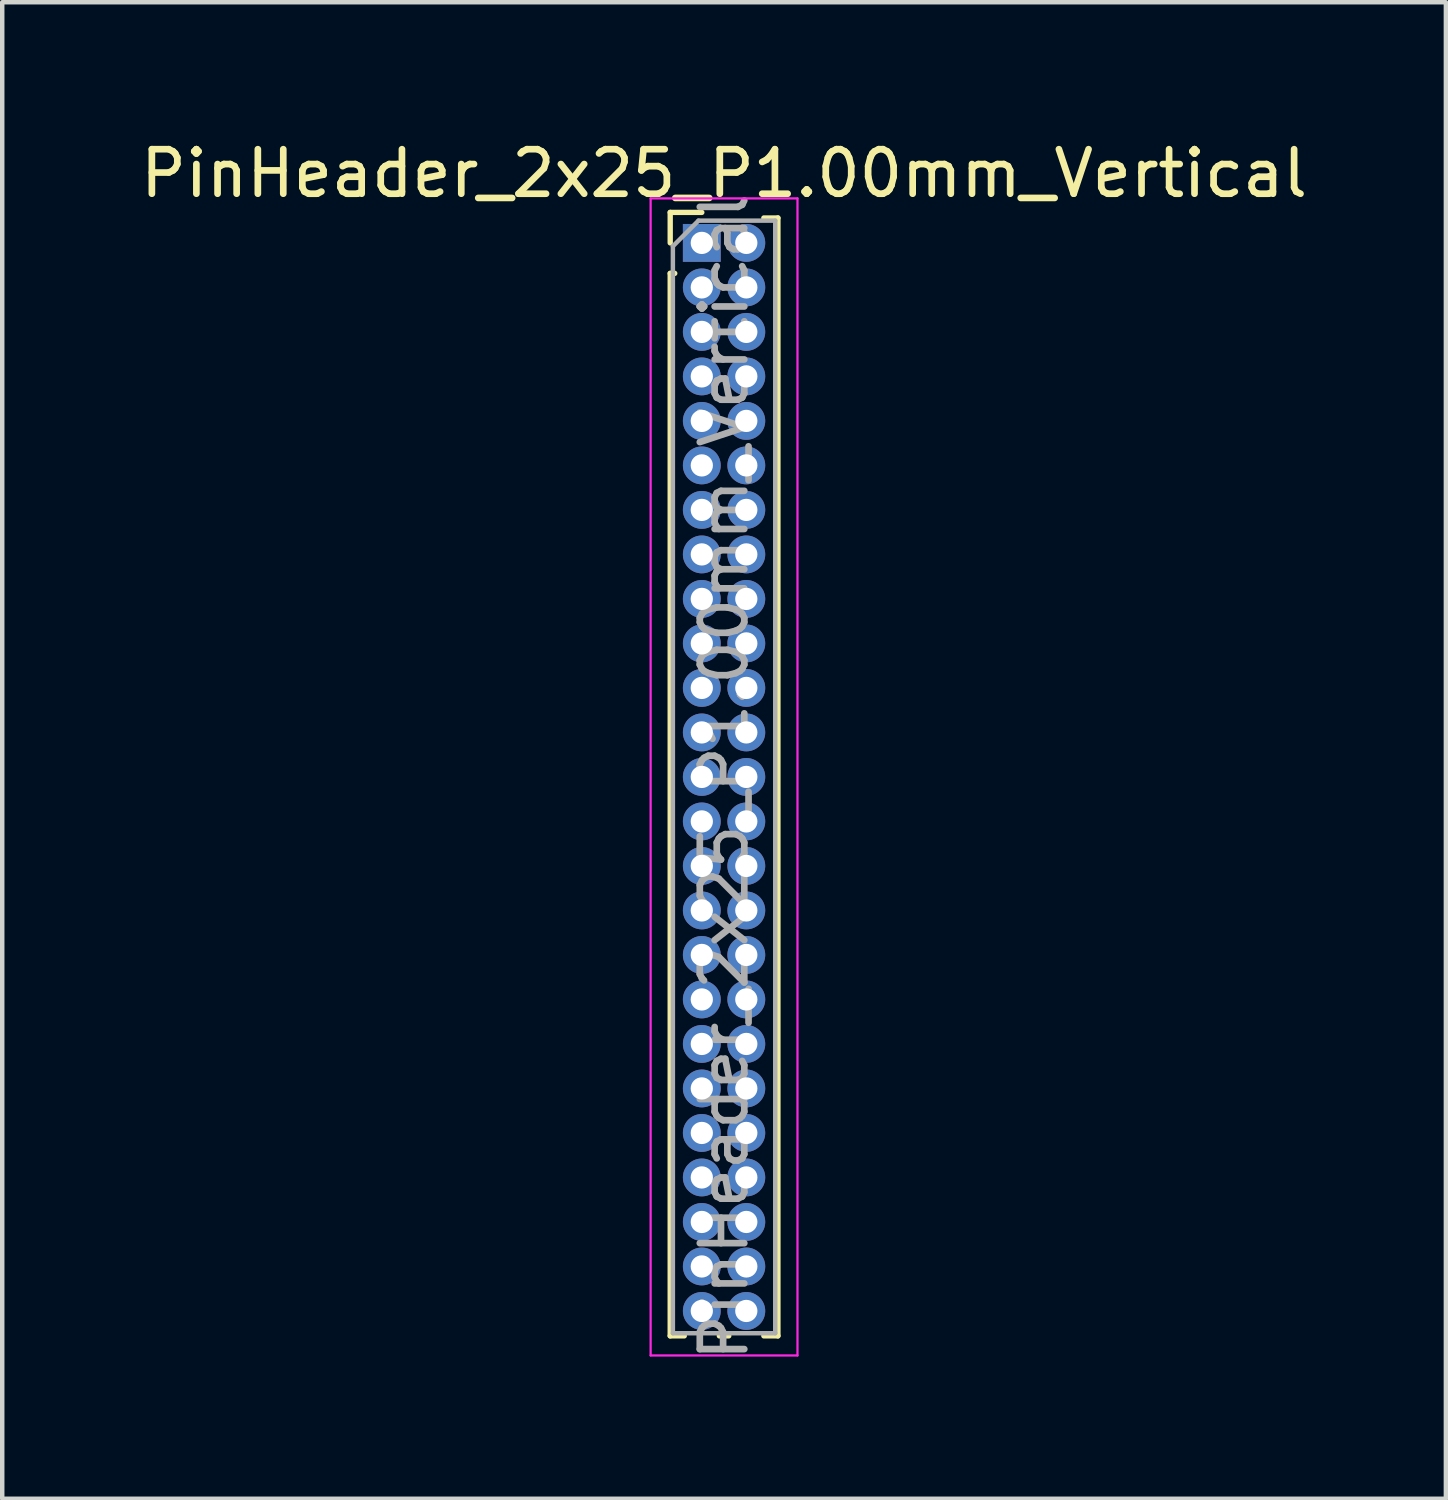
<source format=kicad_pcb>
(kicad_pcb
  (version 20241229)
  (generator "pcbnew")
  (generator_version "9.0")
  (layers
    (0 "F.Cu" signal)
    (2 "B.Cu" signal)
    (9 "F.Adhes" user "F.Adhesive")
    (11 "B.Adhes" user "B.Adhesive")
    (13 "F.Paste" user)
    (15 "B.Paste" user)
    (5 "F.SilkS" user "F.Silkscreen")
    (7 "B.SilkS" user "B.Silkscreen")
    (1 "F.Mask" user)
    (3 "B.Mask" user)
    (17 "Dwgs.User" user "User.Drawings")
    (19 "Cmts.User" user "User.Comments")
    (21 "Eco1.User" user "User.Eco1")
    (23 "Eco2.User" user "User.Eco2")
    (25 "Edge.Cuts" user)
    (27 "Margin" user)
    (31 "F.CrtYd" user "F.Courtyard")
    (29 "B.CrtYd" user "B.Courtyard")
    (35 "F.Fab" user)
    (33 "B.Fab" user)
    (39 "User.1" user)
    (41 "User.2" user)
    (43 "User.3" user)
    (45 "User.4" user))
  (footprint "PinHeader_2x25_P1.00mm_Vertical"
    (layer "F.Cu")
    (at 12.72 2.408)
    (property "Reference" "PinHeader_2x25_P1.00mm_Vertical" (at 0.5 -1.56 0) (layer "F.SilkS") (effects (font (size 1 1) (thickness 0.15))))
    (attr through_hole)
    (fp_line (start -0.71 -0.685) (end 0 -0.685) (stroke (width 0.12) (type solid)) (layer "F.SilkS"))
    (fp_line (start -0.71 0) (end -0.71 -0.685) (stroke (width 0.12) (type solid)) (layer "F.SilkS"))
    (fp_line (start -0.71 0.685) (end -0.71 24.56) (stroke (width 0.12) (type solid)) (layer "F.SilkS"))
    (fp_line (start -0.71 0.685) (end -0.608 0.685) (stroke (width 0.12) (type solid)) (layer "F.SilkS"))
    (fp_line (start -0.71 24.56) (end -0.394 24.56) (stroke (width 0.12) (type solid)) (layer "F.SilkS"))
    (fp_line (start 0.394 24.56) (end 0.606 24.56) (stroke (width 0.12) (type solid)) (layer "F.SilkS"))
    (fp_line (start 1.394 -0.56) (end 1.71 -0.56) (stroke (width 0.12) (type solid)) (layer "F.SilkS"))
    (fp_line (start 1.394 24.56) (end 1.71 24.56) (stroke (width 0.12) (type solid)) (layer "F.SilkS"))
    (fp_line (start 1.71 -0.56) (end 1.71 24.56) (stroke (width 0.12) (type solid)) (layer "F.SilkS"))
    (fp_line (start -1.15 -1) (end -1.15 25) (stroke (width 0.05) (type solid)) (layer "F.CrtYd"))
    (fp_line (start -1.15 25) (end 2.15 25) (stroke (width 0.05) (type solid)) (layer "F.CrtYd"))
    (fp_line (start 2.15 -1) (end -1.15 -1) (stroke (width 0.05) (type solid)) (layer "F.CrtYd"))
    (fp_line (start 2.15 25) (end 2.15 -1) (stroke (width 0.05) (type solid)) (layer "F.CrtYd"))
    (fp_line (start -0.65 0.075) (end -0.075 -0.5) (stroke (width 0.1) (type solid)) (layer "F.Fab"))
    (fp_line (start -0.65 24.5) (end -0.65 0.075) (stroke (width 0.1) (type solid)) (layer "F.Fab"))
    (fp_line (start -0.075 -0.5) (end 1.65 -0.5) (stroke (width 0.1) (type solid)) (layer "F.Fab"))
    (fp_line (start 1.65 -0.5) (end 1.65 24.5) (stroke (width 0.1) (type solid)) (layer "F.Fab"))
    (fp_line (start 1.65 24.5) (end -0.65 24.5) (stroke (width 0.1) (type solid)) (layer "F.Fab"))
    (fp_text user "${REFERENCE}" (at 0.5 12 90) (layer "F.Fab") (effects (font (size 1 1) (thickness 0.15))))
    (pad "1" thru_hole rect (at 0 0) (size 0.85 0.85) (drill 0.5) (layers "*.Cu" "*.Mask"))
    (pad "2" thru_hole oval (at 1 0) (size 0.85 0.85) (drill 0.5) (layers "*.Cu" "*.Mask"))
    (pad "3" thru_hole oval (at 0 1) (size 0.85 0.85) (drill 0.5) (layers "*.Cu" "*.Mask"))
    (pad "4" thru_hole oval (at 1 1) (size 0.85 0.85) (drill 0.5) (layers "*.Cu" "*.Mask"))
    (pad "5" thru_hole oval (at 0 2) (size 0.85 0.85) (drill 0.5) (layers "*.Cu" "*.Mask"))
    (pad "6" thru_hole oval (at 1 2) (size 0.85 0.85) (drill 0.5) (layers "*.Cu" "*.Mask"))
    (pad "7" thru_hole oval (at 0 3) (size 0.85 0.85) (drill 0.5) (layers "*.Cu" "*.Mask"))
    (pad "8" thru_hole oval (at 1 3) (size 0.85 0.85) (drill 0.5) (layers "*.Cu" "*.Mask"))
    (pad "9" thru_hole oval (at 0 4) (size 0.85 0.85) (drill 0.5) (layers "*.Cu" "*.Mask"))
    (pad "10" thru_hole oval (at 1 4) (size 0.85 0.85) (drill 0.5) (layers "*.Cu" "*.Mask"))
    (pad "11" thru_hole oval (at 0 5) (size 0.85 0.85) (drill 0.5) (layers "*.Cu" "*.Mask"))
    (pad "12" thru_hole oval (at 1 5) (size 0.85 0.85) (drill 0.5) (layers "*.Cu" "*.Mask"))
    (pad "13" thru_hole oval (at 0 6) (size 0.85 0.85) (drill 0.5) (layers "*.Cu" "*.Mask"))
    (pad "14" thru_hole oval (at 1 6) (size 0.85 0.85) (drill 0.5) (layers "*.Cu" "*.Mask"))
    (pad "15" thru_hole oval (at 0 7) (size 0.85 0.85) (drill 0.5) (layers "*.Cu" "*.Mask"))
    (pad "16" thru_hole oval (at 1 7) (size 0.85 0.85) (drill 0.5) (layers "*.Cu" "*.Mask"))
    (pad "17" thru_hole oval (at 0 8) (size 0.85 0.85) (drill 0.5) (layers "*.Cu" "*.Mask"))
    (pad "18" thru_hole oval (at 1 8) (size 0.85 0.85) (drill 0.5) (layers "*.Cu" "*.Mask"))
    (pad "19" thru_hole oval (at 0 9) (size 0.85 0.85) (drill 0.5) (layers "*.Cu" "*.Mask"))
    (pad "20" thru_hole oval (at 1 9) (size 0.85 0.85) (drill 0.5) (layers "*.Cu" "*.Mask"))
    (pad "21" thru_hole oval (at 0 10) (size 0.85 0.85) (drill 0.5) (layers "*.Cu" "*.Mask"))
    (pad "22" thru_hole oval (at 1 10) (size 0.85 0.85) (drill 0.5) (layers "*.Cu" "*.Mask"))
    (pad "23" thru_hole oval (at 0 11) (size 0.85 0.85) (drill 0.5) (layers "*.Cu" "*.Mask"))
    (pad "24" thru_hole oval (at 1 11) (size 0.85 0.85) (drill 0.5) (layers "*.Cu" "*.Mask"))
    (pad "25" thru_hole oval (at 0 12) (size 0.85 0.85) (drill 0.5) (layers "*.Cu" "*.Mask"))
    (pad "26" thru_hole oval (at 1 12) (size 0.85 0.85) (drill 0.5) (layers "*.Cu" "*.Mask"))
    (pad "27" thru_hole oval (at 0 13) (size 0.85 0.85) (drill 0.5) (layers "*.Cu" "*.Mask"))
    (pad "28" thru_hole oval (at 1 13) (size 0.85 0.85) (drill 0.5) (layers "*.Cu" "*.Mask"))
    (pad "29" thru_hole oval (at 0 14) (size 0.85 0.85) (drill 0.5) (layers "*.Cu" "*.Mask"))
    (pad "30" thru_hole oval (at 1 14) (size 0.85 0.85) (drill 0.5) (layers "*.Cu" "*.Mask"))
    (pad "31" thru_hole oval (at 0 15) (size 0.85 0.85) (drill 0.5) (layers "*.Cu" "*.Mask"))
    (pad "32" thru_hole oval (at 1 15) (size 0.85 0.85) (drill 0.5) (layers "*.Cu" "*.Mask"))
    (pad "33" thru_hole oval (at 0 16) (size 0.85 0.85) (drill 0.5) (layers "*.Cu" "*.Mask"))
    (pad "34" thru_hole oval (at 1 16) (size 0.85 0.85) (drill 0.5) (layers "*.Cu" "*.Mask"))
    (pad "35" thru_hole oval (at 0 17) (size 0.85 0.85) (drill 0.5) (layers "*.Cu" "*.Mask"))
    (pad "36" thru_hole oval (at 1 17) (size 0.85 0.85) (drill 0.5) (layers "*.Cu" "*.Mask"))
    (pad "37" thru_hole oval (at 0 18) (size 0.85 0.85) (drill 0.5) (layers "*.Cu" "*.Mask"))
    (pad "38" thru_hole oval (at 1 18) (size 0.85 0.85) (drill 0.5) (layers "*.Cu" "*.Mask"))
    (pad "39" thru_hole oval (at 0 19) (size 0.85 0.85) (drill 0.5) (layers "*.Cu" "*.Mask"))
    (pad "40" thru_hole oval (at 1 19) (size 0.85 0.85) (drill 0.5) (layers "*.Cu" "*.Mask"))
    (pad "41" thru_hole oval (at 0 20) (size 0.85 0.85) (drill 0.5) (layers "*.Cu" "*.Mask"))
    (pad "42" thru_hole oval (at 1 20) (size 0.85 0.85) (drill 0.5) (layers "*.Cu" "*.Mask"))
    (pad "43" thru_hole oval (at 0 21) (size 0.85 0.85) (drill 0.5) (layers "*.Cu" "*.Mask"))
    (pad "44" thru_hole oval (at 1 21) (size 0.85 0.85) (drill 0.5) (layers "*.Cu" "*.Mask"))
    (pad "45" thru_hole oval (at 0 22) (size 0.85 0.85) (drill 0.5) (layers "*.Cu" "*.Mask"))
    (pad "46" thru_hole oval (at 1 22) (size 0.85 0.85) (drill 0.5) (layers "*.Cu" "*.Mask"))
    (pad "47" thru_hole oval (at 0 23) (size 0.85 0.85) (drill 0.5) (layers "*.Cu" "*.Mask"))
    (pad "48" thru_hole oval (at 1 23) (size 0.85 0.85) (drill 0.5) (layers "*.Cu" "*.Mask"))
    (pad "49" thru_hole oval (at 0 24) (size 0.85 0.85) (drill 0.5) (layers "*.Cu" "*.Mask"))
    (pad "50" thru_hole oval (at 1 24) (size 0.85 0.85) (drill 0.5) (layers "*.Cu" "*.Mask")))
  (gr_rect
    (start -3 -3)
    (end 29.44 30.628)
    (stroke (width 0.1) (type default))
    (fill no)
    (layer "Edge.Cuts")))
</source>
